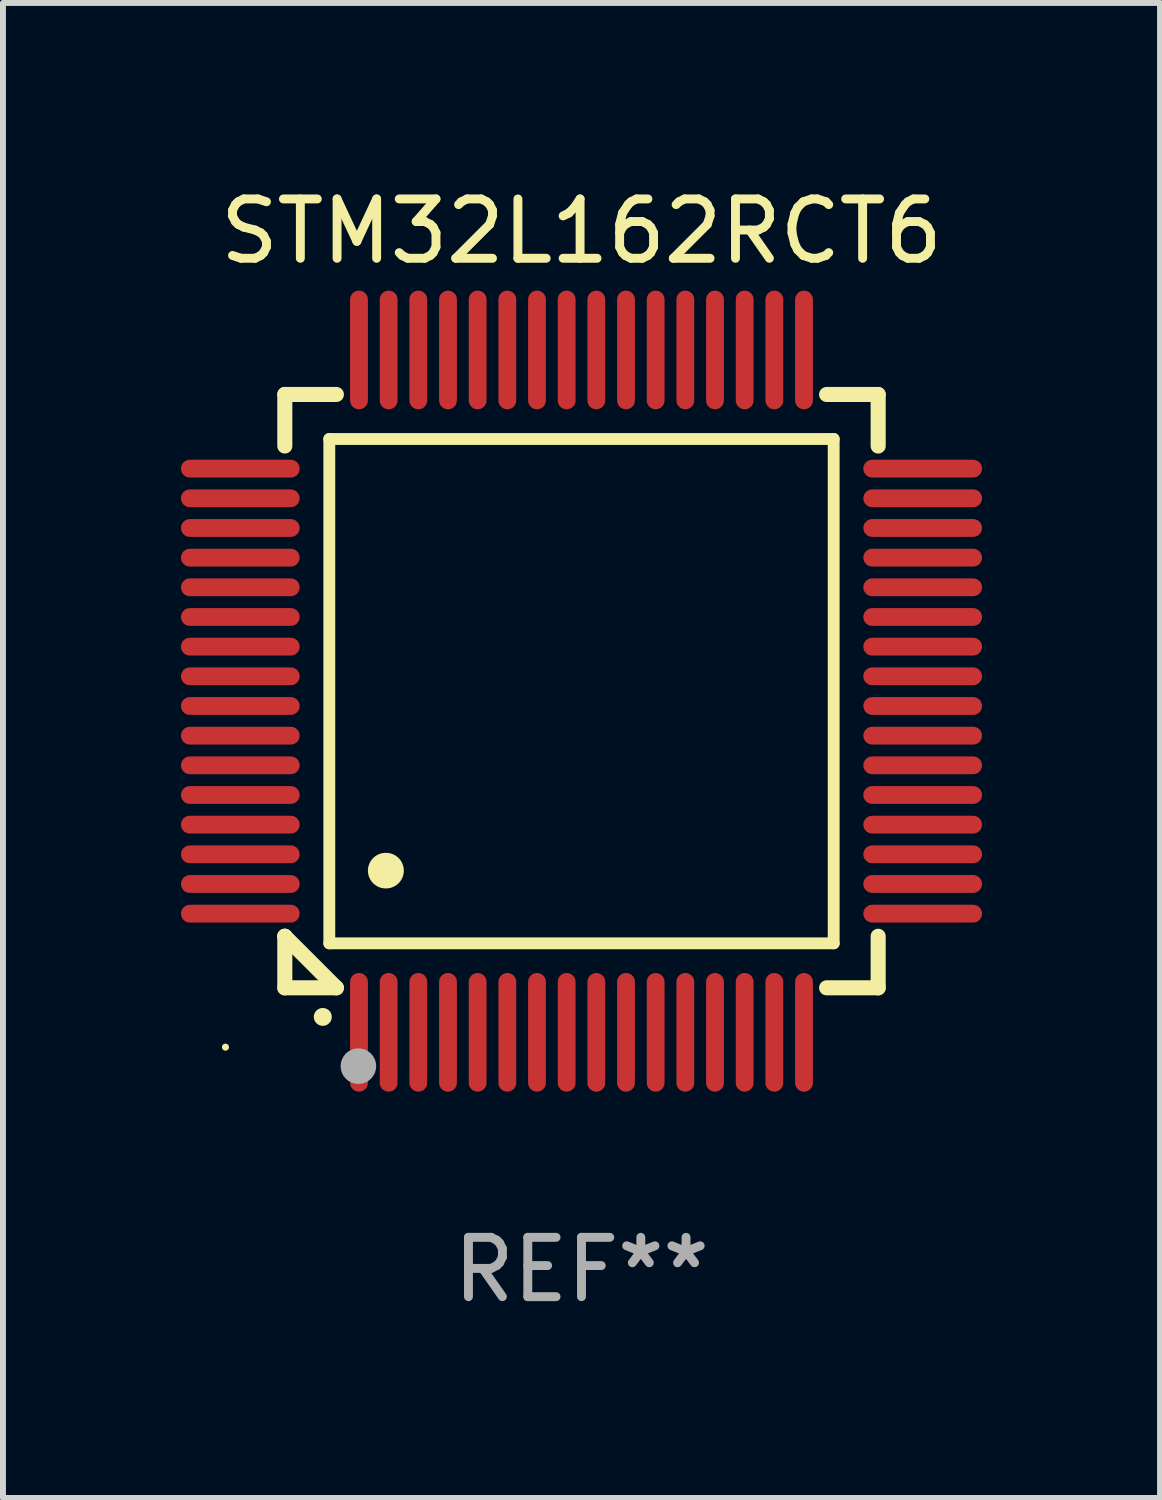
<source format=kicad_pcb>
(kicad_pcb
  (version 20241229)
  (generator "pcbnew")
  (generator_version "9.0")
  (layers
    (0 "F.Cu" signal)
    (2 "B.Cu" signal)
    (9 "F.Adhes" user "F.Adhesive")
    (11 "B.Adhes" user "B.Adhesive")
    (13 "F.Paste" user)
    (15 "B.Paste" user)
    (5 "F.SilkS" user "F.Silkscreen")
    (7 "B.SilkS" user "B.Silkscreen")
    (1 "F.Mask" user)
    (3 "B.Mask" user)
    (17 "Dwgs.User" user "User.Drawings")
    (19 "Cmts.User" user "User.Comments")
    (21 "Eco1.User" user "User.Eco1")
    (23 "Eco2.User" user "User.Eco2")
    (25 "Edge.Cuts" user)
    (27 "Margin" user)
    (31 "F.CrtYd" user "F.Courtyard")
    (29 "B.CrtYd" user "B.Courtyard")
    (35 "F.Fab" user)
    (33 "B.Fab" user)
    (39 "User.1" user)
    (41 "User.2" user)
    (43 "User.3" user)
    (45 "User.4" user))
  (footprint "STM32L162RCT6"
    (layer "F.Cu")
    (at 6.75 8.598)
    (property "Reference" "STM32L162RCT6" (at 0 -7.75 0) (layer "F.SilkS") (effects (font (size 1 1) (thickness 0.15))))
    (attr through_hole)
    (fp_line (start -5 -5) (end -4.131 -5) (stroke (width 0.254) (type solid)) (layer "F.SilkS"))
    (fp_line (start -5 -4.131) (end -5 -5) (stroke (width 0.254) (type solid)) (layer "F.SilkS"))
    (fp_line (start -5 4.131) (end -5 4.131) (stroke (width 0.254) (type solid)) (layer "F.SilkS"))
    (fp_line (start -5 5) (end -5 4.131) (stroke (width 0.254) (type solid)) (layer "F.SilkS"))
    (fp_line (start -5 4.131) (end -4.131 5) (stroke (width 0.254) (type solid)) (layer "F.SilkS"))
    (fp_line (start -4.25 -4.25) (end -4.25 4.25) (stroke (width 0.2) (type solid)) (layer "F.SilkS"))
    (fp_line (start -4.25 4.25) (end 4.25 4.25) (stroke (width 0.2) (type solid)) (layer "F.SilkS"))
    (fp_line (start -4.131 5) (end -5 5) (stroke (width 0.254) (type solid)) (layer "F.SilkS"))
    (fp_line (start 4.25 -4.25) (end -4.25 -4.25) (stroke (width 0.2) (type solid)) (layer "F.SilkS"))
    (fp_line (start 4.25 4.25) (end 4.25 -4.25) (stroke (width 0.2) (type solid)) (layer "F.SilkS"))
    (fp_line (start 5 -5) (end 4.131 -5) (stroke (width 0.254) (type solid)) (layer "F.SilkS"))
    (fp_line (start 5 -5) (end 5 -4.131) (stroke (width 0.254) (type solid)) (layer "F.SilkS"))
    (fp_line (start 5 4.131) (end 5 5) (stroke (width 0.254) (type solid)) (layer "F.SilkS"))
    (fp_line (start 5 5) (end 4.131 5) (stroke (width 0.254) (type solid)) (layer "F.SilkS"))
    (fp_arc (start -4.361265 5.489992) (mid -4.359995 5.489987) (end -4.358725 5.489992) (stroke (width 0.3) (type solid)) (layer "F.SilkS"))
    (fp_arc (start -3.299467 3.025146) (mid -3.296927 3.025135) (end -3.294387 3.025146) (stroke (width 0.6) (type solid)) (layer "F.SilkS"))
    (fp_circle (center -6 6) (end -5.97 6) (stroke (width 0.06) (type solid)) (fill no) (layer "F.SilkS"))
    (fp_circle (center -3.76 6.32) (end -3.61 6.32) (stroke (width 0.3) (type solid)) (fill no) (layer "F.Fab"))
    (fp_text user "REF**" (at 0 9.75 0) (layer "F.Fab") (effects (font (size 1 1) (thickness 0.15))))
    (pad "1" smd oval (at -3.75 5.75) (size 0.3 2) (layers "F.Cu" "F.Mask" "F.Paste"))
    (pad "2" smd oval (at -3.25 5.75) (size 0.3 2) (layers "F.Cu" "F.Mask" "F.Paste"))
    (pad "3" smd oval (at -2.75 5.75) (size 0.3 2) (layers "F.Cu" "F.Mask" "F.Paste"))
    (pad "4" smd oval (at -2.25 5.75) (size 0.3 2) (layers "F.Cu" "F.Mask" "F.Paste"))
    (pad "5" smd oval (at -1.75 5.75) (size 0.3 2) (layers "F.Cu" "F.Mask" "F.Paste"))
    (pad "6" smd oval (at -1.25 5.75) (size 0.3 2) (layers "F.Cu" "F.Mask" "F.Paste"))
    (pad "7" smd oval (at -0.75 5.75) (size 0.3 2) (layers "F.Cu" "F.Mask" "F.Paste"))
    (pad "8" smd oval (at -0.25 5.75) (size 0.3 2) (layers "F.Cu" "F.Mask" "F.Paste"))
    (pad "9" smd oval (at 0.25 5.75) (size 0.3 2) (layers "F.Cu" "F.Mask" "F.Paste"))
    (pad "10" smd oval (at 0.75 5.75) (size 0.3 2) (layers "F.Cu" "F.Mask" "F.Paste"))
    (pad "11" smd oval (at 1.25 5.75) (size 0.3 2) (layers "F.Cu" "F.Mask" "F.Paste"))
    (pad "12" smd oval (at 1.75 5.75) (size 0.3 2) (layers "F.Cu" "F.Mask" "F.Paste"))
    (pad "13" smd oval (at 2.25 5.75) (size 0.3 2) (layers "F.Cu" "F.Mask" "F.Paste"))
    (pad "14" smd oval (at 2.75 5.75) (size 0.3 2) (layers "F.Cu" "F.Mask" "F.Paste"))
    (pad "15" smd oval (at 3.25 5.75) (size 0.3 2) (layers "F.Cu" "F.Mask" "F.Paste"))
    (pad "16" smd oval (at 3.75 5.75) (size 0.3 2) (layers "F.Cu" "F.Mask" "F.Paste"))
    (pad "17" smd oval (at 5.75 3.75) (size 2 0.3) (layers "F.Cu" "F.Mask" "F.Paste"))
    (pad "18" smd oval (at 5.75 3.25) (size 2 0.3) (layers "F.Cu" "F.Mask" "F.Paste"))
    (pad "19" smd oval (at 5.75 2.75) (size 2 0.3) (layers "F.Cu" "F.Mask" "F.Paste"))
    (pad "20" smd oval (at 5.75 2.25) (size 2 0.3) (layers "F.Cu" "F.Mask" "F.Paste"))
    (pad "21" smd oval (at 5.75 1.75) (size 2 0.3) (layers "F.Cu" "F.Mask" "F.Paste"))
    (pad "22" smd oval (at 5.75 1.25) (size 2 0.3) (layers "F.Cu" "F.Mask" "F.Paste"))
    (pad "23" smd oval (at 5.75 0.75) (size 2 0.3) (layers "F.Cu" "F.Mask" "F.Paste"))
    (pad "24" smd oval (at 5.75 0.25) (size 2 0.3) (layers "F.Cu" "F.Mask" "F.Paste"))
    (pad "25" smd oval (at 5.75 -0.25) (size 2 0.3) (layers "F.Cu" "F.Mask" "F.Paste"))
    (pad "26" smd oval (at 5.75 -0.75) (size 2 0.3) (layers "F.Cu" "F.Mask" "F.Paste"))
    (pad "27" smd oval (at 5.75 -1.25) (size 2 0.3) (layers "F.Cu" "F.Mask" "F.Paste"))
    (pad "28" smd oval (at 5.75 -1.75) (size 2 0.3) (layers "F.Cu" "F.Mask" "F.Paste"))
    (pad "29" smd oval (at 5.75 -2.25) (size 2 0.3) (layers "F.Cu" "F.Mask" "F.Paste"))
    (pad "30" smd oval (at 5.75 -2.75) (size 2 0.3) (layers "F.Cu" "F.Mask" "F.Paste"))
    (pad "31" smd oval (at 5.75 -3.25) (size 2 0.3) (layers "F.Cu" "F.Mask" "F.Paste"))
    (pad "32" smd oval (at 5.75 -3.75) (size 2 0.3) (layers "F.Cu" "F.Mask" "F.Paste"))
    (pad "33" smd oval (at 3.75 -5.75) (size 0.3 2) (layers "F.Cu" "F.Mask" "F.Paste"))
    (pad "34" smd oval (at 3.25 -5.75) (size 0.3 2) (layers "F.Cu" "F.Mask" "F.Paste"))
    (pad "35" smd oval (at 2.75 -5.75) (size 0.3 2) (layers "F.Cu" "F.Mask" "F.Paste"))
    (pad "36" smd oval (at 2.25 -5.75) (size 0.3 2) (layers "F.Cu" "F.Mask" "F.Paste"))
    (pad "37" smd oval (at 1.75 -5.75) (size 0.3 2) (layers "F.Cu" "F.Mask" "F.Paste"))
    (pad "38" smd oval (at 1.25 -5.75) (size 0.3 2) (layers "F.Cu" "F.Mask" "F.Paste"))
    (pad "39" smd oval (at 0.75 -5.75) (size 0.3 2) (layers "F.Cu" "F.Mask" "F.Paste"))
    (pad "40" smd oval (at 0.25 -5.75) (size 0.3 2) (layers "F.Cu" "F.Mask" "F.Paste"))
    (pad "41" smd oval (at -0.25 -5.75) (size 0.3 2) (layers "F.Cu" "F.Mask" "F.Paste"))
    (pad "42" smd oval (at -0.75 -5.75) (size 0.3 2) (layers "F.Cu" "F.Mask" "F.Paste"))
    (pad "43" smd oval (at -1.25 -5.75) (size 0.3 2) (layers "F.Cu" "F.Mask" "F.Paste"))
    (pad "44" smd oval (at -1.75 -5.75) (size 0.3 2) (layers "F.Cu" "F.Mask" "F.Paste"))
    (pad "45" smd oval (at -2.25 -5.75) (size 0.3 2) (layers "F.Cu" "F.Mask" "F.Paste"))
    (pad "46" smd oval (at -2.75 -5.75) (size 0.3 2) (layers "F.Cu" "F.Mask" "F.Paste"))
    (pad "47" smd oval (at -3.25 -5.75) (size 0.3 2) (layers "F.Cu" "F.Mask" "F.Paste"))
    (pad "48" smd oval (at -3.75 -5.75) (size 0.3 2) (layers "F.Cu" "F.Mask" "F.Paste"))
    (pad "49" smd oval (at -5.75 -3.75) (size 2 0.3) (layers "F.Cu" "F.Mask" "F.Paste"))
    (pad "50" smd oval (at -5.75 -3.25) (size 2 0.3) (layers "F.Cu" "F.Mask" "F.Paste"))
    (pad "51" smd oval (at -5.75 -2.75) (size 2 0.3) (layers "F.Cu" "F.Mask" "F.Paste"))
    (pad "52" smd oval (at -5.75 -2.25) (size 2 0.3) (layers "F.Cu" "F.Mask" "F.Paste"))
    (pad "53" smd oval (at -5.75 -1.75) (size 2 0.3) (layers "F.Cu" "F.Mask" "F.Paste"))
    (pad "54" smd oval (at -5.75 -1.25) (size 2 0.3) (layers "F.Cu" "F.Mask" "F.Paste"))
    (pad "55" smd oval (at -5.75 -0.75) (size 2 0.3) (layers "F.Cu" "F.Mask" "F.Paste"))
    (pad "56" smd oval (at -5.75 -0.25) (size 2 0.3) (layers "F.Cu" "F.Mask" "F.Paste"))
    (pad "57" smd oval (at -5.75 0.25) (size 2 0.3) (layers "F.Cu" "F.Mask" "F.Paste"))
    (pad "58" smd oval (at -5.75 0.75) (size 2 0.3) (layers "F.Cu" "F.Mask" "F.Paste"))
    (pad "59" smd oval (at -5.75 1.25) (size 2 0.3) (layers "F.Cu" "F.Mask" "F.Paste"))
    (pad "60" smd oval (at -5.75 1.75) (size 2 0.3) (layers "F.Cu" "F.Mask" "F.Paste"))
    (pad "61" smd oval (at -5.75 2.25) (size 2 0.3) (layers "F.Cu" "F.Mask" "F.Paste"))
    (pad "62" smd oval (at -5.75 2.75) (size 2 0.3) (layers "F.Cu" "F.Mask" "F.Paste"))
    (pad "63" smd oval (at -5.75 3.25) (size 2 0.3) (layers "F.Cu" "F.Mask" "F.Paste"))
    (pad "64" smd oval (at -5.75 3.75) (size 2 0.3) (layers "F.Cu" "F.Mask" "F.Paste")))
  (gr_rect
    (start -3 -3)
    (end 16.5 22.196)
    (stroke (width 0.1) (type default))
    (fill no)
    (layer "Edge.Cuts")))
</source>
